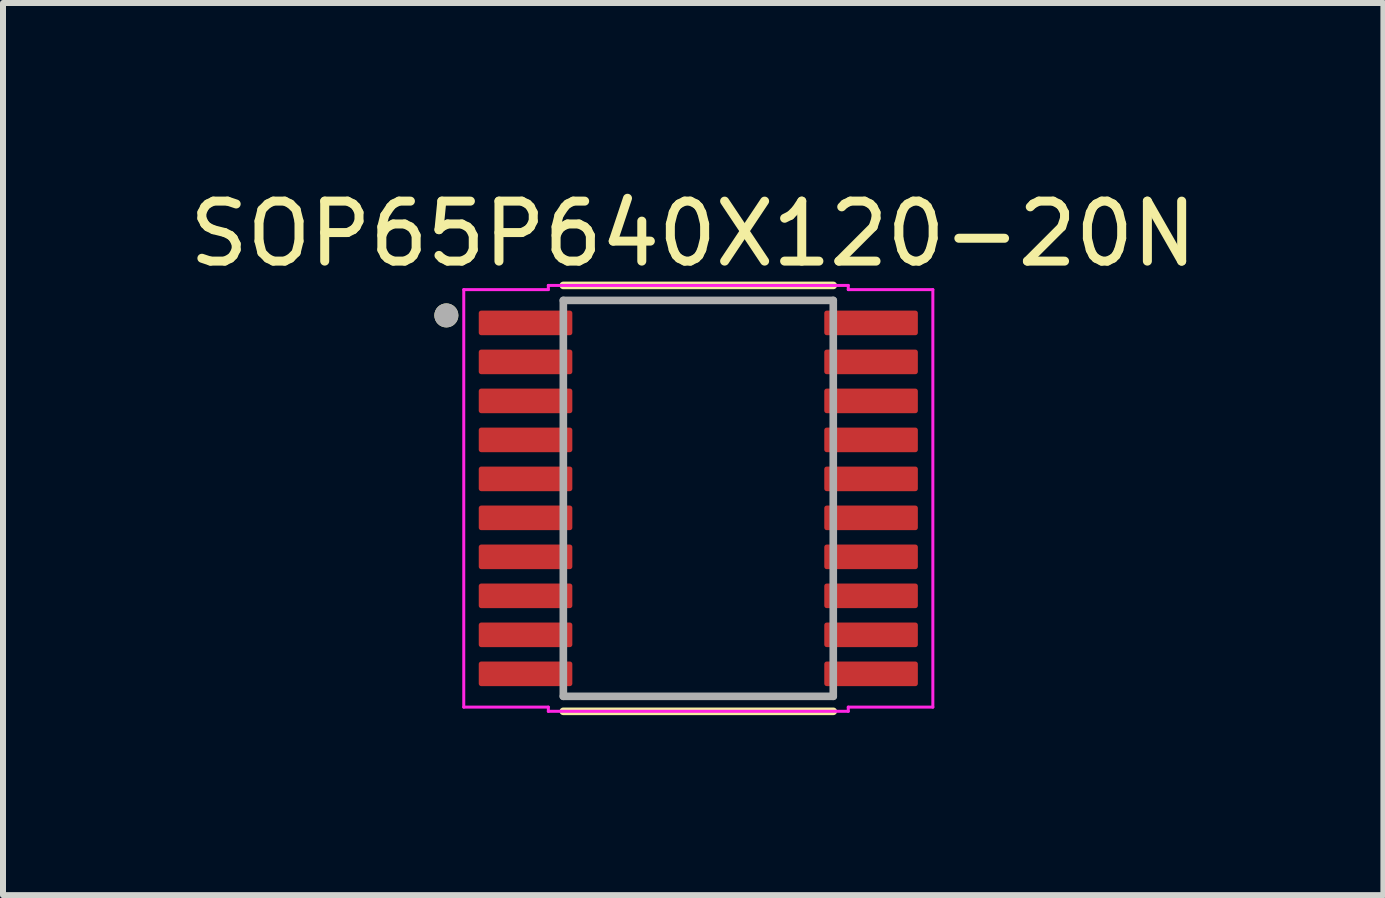
<source format=kicad_pcb>
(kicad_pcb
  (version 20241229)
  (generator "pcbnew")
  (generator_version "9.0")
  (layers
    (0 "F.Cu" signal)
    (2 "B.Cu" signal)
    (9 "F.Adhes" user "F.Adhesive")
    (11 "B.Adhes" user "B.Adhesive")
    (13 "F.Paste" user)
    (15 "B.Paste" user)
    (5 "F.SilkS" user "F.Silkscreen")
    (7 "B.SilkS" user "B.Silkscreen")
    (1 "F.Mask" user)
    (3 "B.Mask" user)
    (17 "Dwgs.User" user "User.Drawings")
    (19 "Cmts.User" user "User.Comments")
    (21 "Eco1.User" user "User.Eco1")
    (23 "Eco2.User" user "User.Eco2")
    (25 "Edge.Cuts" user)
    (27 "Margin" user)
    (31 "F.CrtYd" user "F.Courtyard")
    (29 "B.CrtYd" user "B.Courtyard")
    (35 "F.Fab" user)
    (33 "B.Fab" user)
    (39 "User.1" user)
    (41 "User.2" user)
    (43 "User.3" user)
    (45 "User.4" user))
  (footprint "SOP65P640X120-20N"
    (layer "F.Cu")
    (at 8.591 5.258)
    (property "Reference" "SOP65P640X120-20N" (at -0.085 -4.41 0) (layer "F.SilkS") (effects (font (size 1 1) (thickness 0.15))))
    (attr through_hole)
    (fp_line (start -2.25 -3.55) (end 2.25 -3.55) (stroke (width 0.127) (type solid)) (layer "F.SilkS"))
    (fp_line (start 2.25 3.55) (end -2.25 3.55) (stroke (width 0.127) (type solid)) (layer "F.SilkS"))
    (fp_circle (center -4.2 -3.05) (end -4.1 -3.05) (stroke (width 0.2) (type solid)) (fill no) (layer "F.SilkS"))
    (fp_line (start -3.91 -3.48) (end -2.5 -3.48) (stroke (width 0.05) (type solid)) (layer "F.CrtYd"))
    (fp_line (start -3.91 3.48) (end -3.91 -3.48) (stroke (width 0.05) (type solid)) (layer "F.CrtYd"))
    (fp_line (start -2.5 -3.55) (end 2.5 -3.55) (stroke (width 0.05) (type solid)) (layer "F.CrtYd"))
    (fp_line (start -2.5 -3.48) (end -2.5 -3.55) (stroke (width 0.05) (type solid)) (layer "F.CrtYd"))
    (fp_line (start -2.5 3.48) (end -3.91 3.48) (stroke (width 0.05) (type solid)) (layer "F.CrtYd"))
    (fp_line (start -2.5 3.55) (end -2.5 3.48) (stroke (width 0.05) (type solid)) (layer "F.CrtYd"))
    (fp_line (start 2.5 -3.55) (end 2.5 -3.48) (stroke (width 0.05) (type solid)) (layer "F.CrtYd"))
    (fp_line (start 2.5 -3.48) (end 3.91 -3.48) (stroke (width 0.05) (type solid)) (layer "F.CrtYd"))
    (fp_line (start 2.5 3.48) (end 2.5 3.55) (stroke (width 0.05) (type solid)) (layer "F.CrtYd"))
    (fp_line (start 2.5 3.55) (end -2.5 3.55) (stroke (width 0.05) (type solid)) (layer "F.CrtYd"))
    (fp_line (start 3.91 -3.48) (end 3.91 3.48) (stroke (width 0.05) (type solid)) (layer "F.CrtYd"))
    (fp_line (start 3.91 3.48) (end 2.5 3.48) (stroke (width 0.05) (type solid)) (layer "F.CrtYd"))
    (fp_line (start -2.25 -3.3) (end 2.25 -3.3) (stroke (width 0.127) (type solid)) (layer "F.Fab"))
    (fp_line (start -2.25 3.3) (end -2.25 -3.3) (stroke (width 0.127) (type solid)) (layer "F.Fab"))
    (fp_line (start 2.25 -3.3) (end 2.25 3.3) (stroke (width 0.127) (type solid)) (layer "F.Fab"))
    (fp_line (start 2.25 3.3) (end -2.25 3.3) (stroke (width 0.127) (type solid)) (layer "F.Fab"))
    (fp_circle (center -4.2 -3.05) (end -4.1 -3.05) (stroke (width 0.2) (type solid)) (fill no) (layer "F.Fab"))
    (pad "1" smd roundrect (at -2.88 -2.925) (size 1.56 0.41) (layers "F.Cu" "F.Mask" "F.Paste") (roundrect_rratio 0.1))
    (pad "2" smd roundrect (at -2.88 -2.275) (size 1.56 0.41) (layers "F.Cu" "F.Mask" "F.Paste") (roundrect_rratio 0.1))
    (pad "3" smd roundrect (at -2.88 -1.625) (size 1.56 0.41) (layers "F.Cu" "F.Mask" "F.Paste") (roundrect_rratio 0.1))
    (pad "4" smd roundrect (at -2.88 -0.975) (size 1.56 0.41) (layers "F.Cu" "F.Mask" "F.Paste") (roundrect_rratio 0.1))
    (pad "5" smd roundrect (at -2.88 -0.325) (size 1.56 0.41) (layers "F.Cu" "F.Mask" "F.Paste") (roundrect_rratio 0.1))
    (pad "6" smd roundrect (at -2.88 0.325) (size 1.56 0.41) (layers "F.Cu" "F.Mask" "F.Paste") (roundrect_rratio 0.1))
    (pad "7" smd roundrect (at -2.88 0.975) (size 1.56 0.41) (layers "F.Cu" "F.Mask" "F.Paste") (roundrect_rratio 0.1))
    (pad "8" smd roundrect (at -2.88 1.625) (size 1.56 0.41) (layers "F.Cu" "F.Mask" "F.Paste") (roundrect_rratio 0.1))
    (pad "9" smd roundrect (at -2.88 2.275) (size 1.56 0.41) (layers "F.Cu" "F.Mask" "F.Paste") (roundrect_rratio 0.1))
    (pad "10" smd roundrect (at -2.88 2.925) (size 1.56 0.41) (layers "F.Cu" "F.Mask" "F.Paste") (roundrect_rratio 0.1))
    (pad "11" smd roundrect (at 2.88 2.925) (size 1.56 0.41) (layers "F.Cu" "F.Mask" "F.Paste") (roundrect_rratio 0.1))
    (pad "12" smd roundrect (at 2.88 2.275) (size 1.56 0.41) (layers "F.Cu" "F.Mask" "F.Paste") (roundrect_rratio 0.1))
    (pad "13" smd roundrect (at 2.88 1.625) (size 1.56 0.41) (layers "F.Cu" "F.Mask" "F.Paste") (roundrect_rratio 0.1))
    (pad "14" smd roundrect (at 2.88 0.975) (size 1.56 0.41) (layers "F.Cu" "F.Mask" "F.Paste") (roundrect_rratio 0.1))
    (pad "15" smd roundrect (at 2.88 0.325) (size 1.56 0.41) (layers "F.Cu" "F.Mask" "F.Paste") (roundrect_rratio 0.1))
    (pad "16" smd roundrect (at 2.88 -0.325) (size 1.56 0.41) (layers "F.Cu" "F.Mask" "F.Paste") (roundrect_rratio 0.1))
    (pad "17" smd roundrect (at 2.88 -0.975) (size 1.56 0.41) (layers "F.Cu" "F.Mask" "F.Paste") (roundrect_rratio 0.1))
    (pad "18" smd roundrect (at 2.88 -1.625) (size 1.56 0.41) (layers "F.Cu" "F.Mask" "F.Paste") (roundrect_rratio 0.1))
    (pad "19" smd roundrect (at 2.88 -2.275) (size 1.56 0.41) (layers "F.Cu" "F.Mask" "F.Paste") (roundrect_rratio 0.1))
    (pad "20" smd roundrect (at 2.88 -2.925) (size 1.56 0.41) (layers "F.Cu" "F.Mask" "F.Paste") (roundrect_rratio 0.1)))
  (gr_rect
    (start -3 -3)
    (end 20.012 11.872)
    (stroke (width 0.1) (type default))
    (fill no)
    (layer "Edge.Cuts")))
</source>
